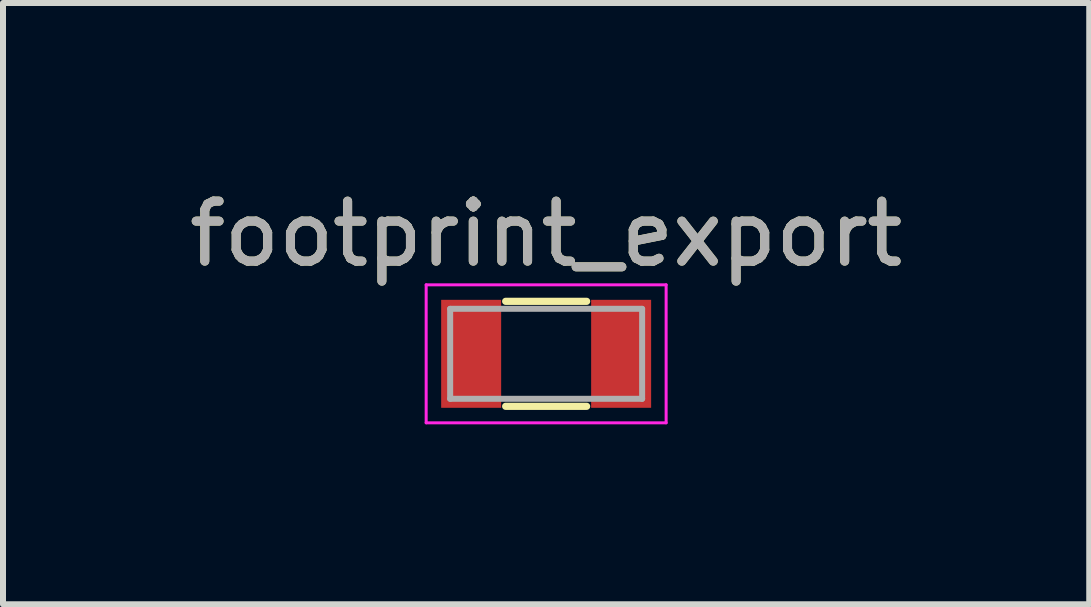
<source format=kicad_pcb>
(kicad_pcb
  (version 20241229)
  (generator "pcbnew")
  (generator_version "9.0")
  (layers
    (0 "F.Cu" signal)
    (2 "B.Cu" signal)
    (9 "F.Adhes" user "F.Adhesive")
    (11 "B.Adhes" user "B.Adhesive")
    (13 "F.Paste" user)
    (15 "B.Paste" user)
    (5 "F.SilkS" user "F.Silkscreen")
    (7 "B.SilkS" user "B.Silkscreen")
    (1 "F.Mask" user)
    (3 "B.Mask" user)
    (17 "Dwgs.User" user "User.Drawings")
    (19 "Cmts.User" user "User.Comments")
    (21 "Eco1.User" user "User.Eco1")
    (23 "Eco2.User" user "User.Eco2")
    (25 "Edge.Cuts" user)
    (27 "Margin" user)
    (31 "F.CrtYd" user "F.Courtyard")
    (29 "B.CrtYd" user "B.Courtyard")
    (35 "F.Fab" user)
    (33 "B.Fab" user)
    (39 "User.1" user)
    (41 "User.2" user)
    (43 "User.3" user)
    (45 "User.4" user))
  (footprint "footprint_export"
    (layer "F.Cu")
    (at 6.054 2.848)
    (property "Reference" "footprint_export" (at 0 -2 0) (layer "F.SilkS") (effects (font (size 1 1) (thickness 0.15))))
    (attr smd)
    (fp_line (start -0.675 -0.875) (end 0.675 -0.875) (stroke (width 0.12) (type solid)) (layer "F.SilkS"))
    (fp_line (start -0.675 0.875) (end 0.675 0.875) (stroke (width 0.12) (type solid)) (layer "F.SilkS"))
    (fp_line (start -2 -1.15) (end -2 1.15) (stroke (width 0.05) (type solid)) (layer "F.CrtYd"))
    (fp_line (start -2 -1.15) (end 2 -1.15) (stroke (width 0.05) (type solid)) (layer "F.CrtYd"))
    (fp_line (start -2 1.15) (end 2 1.15) (stroke (width 0.05) (type solid)) (layer "F.CrtYd"))
    (fp_line (start 2 -1.15) (end 2 1.15) (stroke (width 0.05) (type solid)) (layer "F.CrtYd"))
    (fp_line (start -1.6 -0.75) (end -1.6 0.75) (stroke (width 0.1) (type solid)) (layer "F.Fab"))
    (fp_line (start -1.6 -0.75) (end 1.6 -0.75) (stroke (width 0.1) (type solid)) (layer "F.Fab"))
    (fp_line (start -1.6 0.75) (end 1.6 0.75) (stroke (width 0.1) (type solid)) (layer "F.Fab"))
    (fp_line (start 1.6 -0.75) (end 1.6 0.75) (stroke (width 0.1) (type solid)) (layer "F.Fab"))
    (fp_text user "${REFERENCE}" (at 0 -2 0) (layer "F.Fab") (effects (font (size 1 1) (thickness 0.15))))
    (pad "1" smd rect (at 1.25 0) (size 1 1.8) (layers "F.Cu" "F.Mask" "F.Paste"))
    (pad "2" smd rect (at -1.25 0) (size 1 1.8) (layers "F.Cu" "F.Mask" "F.Paste")))
  (gr_rect
    (start -3 -3)
    (end 15.107 7.023)
    (stroke (width 0.1) (type default))
    (fill no)
    (layer "Edge.Cuts")))
</source>
